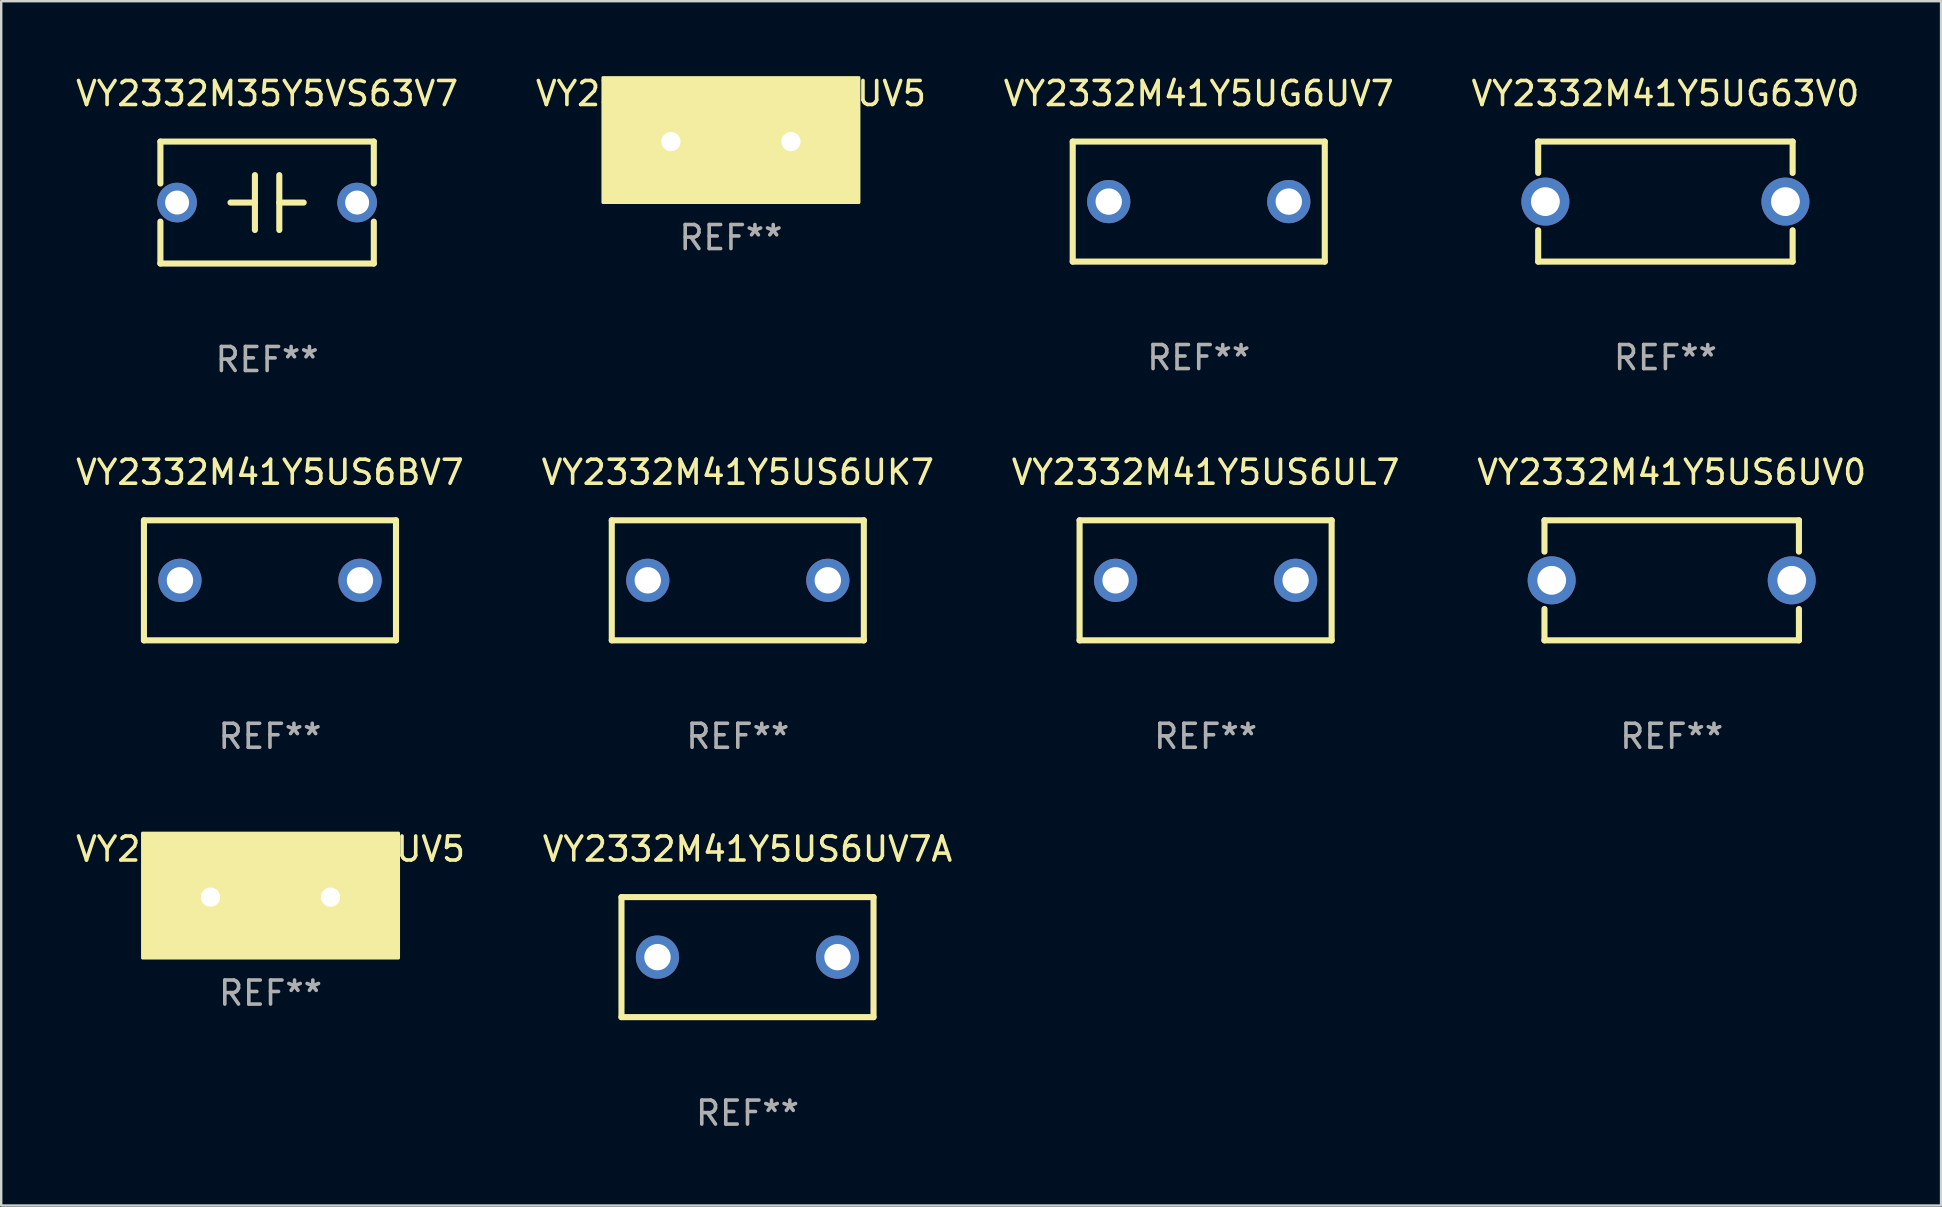
<source format=kicad_pcb>
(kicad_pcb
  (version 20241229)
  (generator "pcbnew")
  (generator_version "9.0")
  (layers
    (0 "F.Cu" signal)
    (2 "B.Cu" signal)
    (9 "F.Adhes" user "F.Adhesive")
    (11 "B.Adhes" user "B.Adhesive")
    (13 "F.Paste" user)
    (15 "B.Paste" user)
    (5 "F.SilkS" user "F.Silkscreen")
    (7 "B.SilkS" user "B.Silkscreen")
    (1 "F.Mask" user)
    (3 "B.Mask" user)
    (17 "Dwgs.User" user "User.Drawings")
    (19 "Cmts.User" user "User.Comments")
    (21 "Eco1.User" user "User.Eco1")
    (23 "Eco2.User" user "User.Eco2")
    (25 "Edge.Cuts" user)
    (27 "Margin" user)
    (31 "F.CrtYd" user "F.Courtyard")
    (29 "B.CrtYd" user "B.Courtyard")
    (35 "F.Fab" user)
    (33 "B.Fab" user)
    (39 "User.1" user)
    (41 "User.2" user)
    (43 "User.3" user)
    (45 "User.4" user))
  (footprint "VY2332M41Y5UG6UV5"
    (layer "F.Cu")
    (at 27.399 2.848)
    (property "Reference" "VY2332M41Y5UG6UV5" (at 0 -2 0) (layer "F.SilkS") (effects (font (size 1 1) (thickness 0.15))))
    (attr through_hole)
    (fp_circle (center -5.25 2.5) (end -5.22 2.5) (stroke (width 0.06) (type solid)) (fill no) (layer "F.SilkS"))
    (fp_poly (pts (xy -5.334 -2.667) (xy 5.334 -2.667) (xy 5.334 2.54) (xy -5.334 2.54)) (stroke (width 0.12) (type solid)) (fill yes) (layer "F.SilkS"))
    (fp_text user "REF**" (at 0 4 0) (layer "F.Fab") (effects (font (size 1 1) (thickness 0.15))))
    (pad "1" thru_hole circle (at -2.5 0) (size 1.6 1.6) (drill 0.8) (layers "*.Cu" "*.Mask"))
    (pad "2" thru_hole circle (at 2.5 0) (size 1.6 1.6) (drill 0.8) (layers "*.Cu" "*.Mask")))
  (footprint "VY2332M41Y5US6UK7"
    (layer "F.Cu")
    (at 27.685 21.125)
    (property "Reference" "VY2332M41Y5US6UK7" (at 0 -4.5 0) (layer "F.SilkS") (effects (font (size 1 1) (thickness 0.15))))
    (attr through_hole)
    (fp_line (start -5.25 -2.5) (end 5.25 -2.5) (stroke (width 0.254) (type solid)) (layer "F.SilkS"))
    (fp_line (start -5.25 2.5) (end -5.25 -2.5) (stroke (width 0.254) (type solid)) (layer "F.SilkS"))
    (fp_line (start 5.25 -2.5) (end 5.25 2.5) (stroke (width 0.254) (type solid)) (layer "F.SilkS"))
    (fp_line (start 5.25 2.5) (end -5.25 2.5) (stroke (width 0.254) (type solid)) (layer "F.SilkS"))
    (fp_circle (center -5.25 2.5) (end -5.22 2.5) (stroke (width 0.06) (type solid)) (fill no) (layer "F.SilkS"))
    (fp_text user "REF**" (at 0 6.5 0) (layer "F.Fab") (effects (font (size 1 1) (thickness 0.15))))
    (pad "1" thru_hole circle (at -3.75 0) (size 1.8 1.8) (drill 1.1) (layers "*.Cu" "*.Mask"))
    (pad "2" thru_hole circle (at 3.75 0) (size 1.8 1.8) (drill 1.1) (layers "*.Cu" "*.Mask")))
  (footprint "VY2332M41Y5UG6UV7"
    (layer "F.Cu")
    (at 46.887 5.348)
    (property "Reference" "VY2332M41Y5UG6UV7" (at 0 -4.5 0) (layer "F.SilkS") (effects (font (size 1 1) (thickness 0.15))))
    (attr through_hole)
    (fp_line (start -5.25 -2.5) (end 5.25 -2.5) (stroke (width 0.254) (type solid)) (layer "F.SilkS"))
    (fp_line (start -5.25 2.5) (end -5.25 -2.5) (stroke (width 0.254) (type solid)) (layer "F.SilkS"))
    (fp_line (start 5.25 -2.5) (end 5.25 2.5) (stroke (width 0.254) (type solid)) (layer "F.SilkS"))
    (fp_line (start 5.25 2.5) (end -5.25 2.5) (stroke (width 0.254) (type solid)) (layer "F.SilkS"))
    (fp_circle (center -5.25 2.5) (end -5.22 2.5) (stroke (width 0.06) (type solid)) (fill no) (layer "F.SilkS"))
    (fp_text user "REF**" (at 0 6.5 0) (layer "F.Fab") (effects (font (size 1 1) (thickness 0.15))))
    (pad "1" thru_hole circle (at -3.75 0) (size 1.8 1.8) (drill 1.1) (layers "*.Cu" "*.Mask"))
    (pad "2" thru_hole circle (at 3.75 0) (size 1.8 1.8) (drill 1.1) (layers "*.Cu" "*.Mask")))
  (footprint "VY2332M41Y5US6UV5"
    (layer "F.Cu")
    (at 8.22 34.321)
    (property "Reference" "VY2332M41Y5US6UV5" (at 0 -2 0) (layer "F.SilkS") (effects (font (size 1 1) (thickness 0.15))))
    (attr through_hole)
    (fp_circle (center -5.25 2.5) (end -5.22 2.5) (stroke (width 0.06) (type solid)) (fill no) (layer "F.SilkS"))
    (fp_poly (pts (xy -5.334 -2.667) (xy 5.334 -2.667) (xy 5.334 2.54) (xy -5.334 2.54)) (stroke (width 0.12) (type solid)) (fill yes) (layer "F.SilkS"))
    (fp_text user "REF**" (at 0 4 0) (layer "F.Fab") (effects (font (size 1 1) (thickness 0.15))))
    (pad "1" thru_hole circle (at -2.5 0) (size 1.6 1.6) (drill 0.8) (layers "*.Cu" "*.Mask"))
    (pad "2" thru_hole circle (at 2.5 0) (size 1.6 1.6) (drill 0.8) (layers "*.Cu" "*.Mask")))
  (footprint "VY2332M41Y5US6UV7A"
    (layer "F.Cu")
    (at 28.089 36.821)
    (property "Reference" "VY2332M41Y5US6UV7A" (at 0 -4.5 0) (layer "F.SilkS") (effects (font (size 1 1) (thickness 0.15))))
    (attr through_hole)
    (fp_line (start -5.25 -2.5) (end 5.25 -2.5) (stroke (width 0.254) (type solid)) (layer "F.SilkS"))
    (fp_line (start -5.25 2.5) (end -5.25 -2.5) (stroke (width 0.254) (type solid)) (layer "F.SilkS"))
    (fp_line (start 5.25 -2.5) (end 5.25 2.5) (stroke (width 0.254) (type solid)) (layer "F.SilkS"))
    (fp_line (start 5.25 2.5) (end -5.25 2.5) (stroke (width 0.254) (type solid)) (layer "F.SilkS"))
    (fp_circle (center -5.25 2.5) (end -5.22 2.5) (stroke (width 0.06) (type solid)) (fill no) (layer "F.SilkS"))
    (fp_text user "REF**" (at 0 6.5 0) (layer "F.Fab") (effects (font (size 1 1) (thickness 0.15))))
    (pad "1" thru_hole circle (at -3.75 0) (size 1.8 1.8) (drill 1.1) (layers "*.Cu" "*.Mask"))
    (pad "2" thru_hole circle (at 3.75 0) (size 1.8 1.8) (drill 1.1) (layers "*.Cu" "*.Mask")))
  (footprint "VY2332M41Y5US6UL7"
    (layer "F.Cu")
    (at 47.173 21.125)
    (property "Reference" "VY2332M41Y5US6UL7" (at 0 -4.5 0) (layer "F.SilkS") (effects (font (size 1 1) (thickness 0.15))))
    (attr through_hole)
    (fp_line (start -5.25 -2.5) (end 5.25 -2.5) (stroke (width 0.254) (type solid)) (layer "F.SilkS"))
    (fp_line (start -5.25 2.5) (end -5.25 -2.5) (stroke (width 0.254) (type solid)) (layer "F.SilkS"))
    (fp_line (start 5.25 -2.5) (end 5.25 2.5) (stroke (width 0.254) (type solid)) (layer "F.SilkS"))
    (fp_line (start 5.25 2.5) (end -5.25 2.5) (stroke (width 0.254) (type solid)) (layer "F.SilkS"))
    (fp_circle (center -5.25 2.5) (end -5.22 2.5) (stroke (width 0.06) (type solid)) (fill no) (layer "F.SilkS"))
    (fp_text user "REF**" (at 0 6.5 0) (layer "F.Fab") (effects (font (size 1 1) (thickness 0.15))))
    (pad "1" thru_hole circle (at -3.75 0) (size 1.8 1.8) (drill 1.1) (layers "*.Cu" "*.Mask"))
    (pad "2" thru_hole circle (at 3.75 0) (size 1.8 1.8) (drill 1.1) (layers "*.Cu" "*.Mask")))
  (footprint "VY2332M35Y5VS63V7"
    (layer "F.Cu")
    (at 8.077 5.388)
    (property "Reference" "VY2332M35Y5VS63V7" (at 0 -4.54 0) (layer "F.SilkS") (effects (font (size 1 1) (thickness 0.15))))
    (attr through_hole)
    (fp_line (start -4.445 -2.54) (end -4.445 -0.794) (stroke (width 0.254) (type solid)) (layer "F.SilkS"))
    (fp_line (start -4.445 0.794) (end -4.445 2.54) (stroke (width 0.254) (type solid)) (layer "F.SilkS"))
    (fp_line (start -4.445 2.54) (end 4.445 2.54) (stroke (width 0.254) (type solid)) (layer "F.SilkS"))
    (fp_line (start -0.508 0.000025) (end -1.524 0.000025) (stroke (width 0.254) (type solid)) (layer "F.SilkS"))
    (fp_line (start -0.508 1.143) (end -0.508 -1.143) (stroke (width 0.254) (type solid)) (layer "F.SilkS"))
    (fp_line (start 0.508 -1.143) (end 0.508 1.143) (stroke (width 0.254) (type solid)) (layer "F.SilkS"))
    (fp_line (start 0.508 -0.000025) (end 1.524 -0.000025) (stroke (width 0.254) (type solid)) (layer "F.SilkS"))
    (fp_line (start 4.445 -2.54) (end -4.445 -2.54) (stroke (width 0.254) (type solid)) (layer "F.SilkS"))
    (fp_line (start 4.445 -0.794) (end 4.445 -2.54) (stroke (width 0.254) (type solid)) (layer "F.SilkS"))
    (fp_line (start 4.445 2.54) (end 4.445 0.794) (stroke (width 0.254) (type solid)) (layer "F.SilkS"))
    (fp_circle (center -4.5 2.5) (end -4.47 2.5) (stroke (width 0.06) (type solid)) (fill no) (layer "F.SilkS"))
    (fp_text user "REF**" (at 0 6.54 0) (layer "F.Fab") (effects (font (size 1 1) (thickness 0.15))))
    (pad "1" thru_hole circle (at -3.75 0) (size 1.65 1.65) (drill 1) (layers "*.Cu" "*.Mask"))
    (pad "2" thru_hole circle (at 3.75 0) (size 1.65 1.65) (drill 1) (layers "*.Cu" "*.Mask")))
  (footprint "VY2332M41Y5US6UV0"
    (layer "F.Cu")
    (at 66.589 21.125)
    (property "Reference" "VY2332M41Y5US6UV0" (at 0 -4.5 0) (layer "F.SilkS") (effects (font (size 1 1) (thickness 0.15))))
    (attr through_hole)
    (fp_line (start -5.3 -2.5) (end -5.3 -1.194) (stroke (width 0.254) (type solid)) (layer "F.SilkS"))
    (fp_line (start -5.3 -2.5) (end 5.3 -2.5) (stroke (width 0.254) (type solid)) (layer "F.SilkS"))
    (fp_line (start -5.3 1.194) (end -5.3 2.5) (stroke (width 0.254) (type solid)) (layer "F.SilkS"))
    (fp_line (start -5.3 2.5) (end 5.3 2.5) (stroke (width 0.254) (type solid)) (layer "F.SilkS"))
    (fp_line (start 5.3 -2.5) (end 5.3 -1.194) (stroke (width 0.254) (type solid)) (layer "F.SilkS"))
    (fp_line (start 5.3 1.194) (end 5.3 2.5) (stroke (width 0.254) (type solid)) (layer "F.SilkS"))
    (fp_circle (center -5.3 2.5) (end -5.27 2.5) (stroke (width 0.06) (type solid)) (fill no) (layer "F.SilkS"))
    (fp_text user "REF**" (at 0 6.5 0) (layer "F.Fab") (effects (font (size 1 1) (thickness 0.15))))
    (pad "1" thru_hole circle (at -5 0) (size 2 2) (drill 1.2) (layers "*.Cu" "*.Mask"))
    (pad "2" thru_hole circle (at 5 0) (size 2 2) (drill 1.2) (layers "*.Cu" "*.Mask")))
  (footprint "VY2332M41Y5UG63V0"
    (layer "F.Cu")
    (at 66.327 5.348)
    (property "Reference" "VY2332M41Y5UG63V0" (at 0 -4.5 0) (layer "F.SilkS") (effects (font (size 1 1) (thickness 0.15))))
    (attr through_hole)
    (fp_line (start -5.3 -2.5) (end -5.3 -1.194) (stroke (width 0.254) (type solid)) (layer "F.SilkS"))
    (fp_line (start -5.3 -2.5) (end 5.3 -2.5) (stroke (width 0.254) (type solid)) (layer "F.SilkS"))
    (fp_line (start -5.3 1.194) (end -5.3 2.5) (stroke (width 0.254) (type solid)) (layer "F.SilkS"))
    (fp_line (start -5.3 2.5) (end 5.3 2.5) (stroke (width 0.254) (type solid)) (layer "F.SilkS"))
    (fp_line (start 5.3 -2.5) (end 5.3 -1.194) (stroke (width 0.254) (type solid)) (layer "F.SilkS"))
    (fp_line (start 5.3 1.194) (end 5.3 2.5) (stroke (width 0.254) (type solid)) (layer "F.SilkS"))
    (fp_circle (center -5.3 2.5) (end -5.27 2.5) (stroke (width 0.06) (type solid)) (fill no) (layer "F.SilkS"))
    (fp_text user "REF**" (at 0 6.5 0) (layer "F.Fab") (effects (font (size 1 1) (thickness 0.15))))
    (pad "1" thru_hole circle (at -5 0) (size 2 2) (drill 1.2) (layers "*.Cu" "*.Mask"))
    (pad "2" thru_hole circle (at 5 0) (size 2 2) (drill 1.2) (layers "*.Cu" "*.Mask")))
  (footprint "VY2332M41Y5US6BV7"
    (layer "F.Cu")
    (at 8.196 21.125)
    (property "Reference" "VY2332M41Y5US6BV7" (at 0 -4.5 0) (layer "F.SilkS") (effects (font (size 1 1) (thickness 0.15))))
    (attr through_hole)
    (fp_line (start -5.25 -2.5) (end 5.25 -2.5) (stroke (width 0.254) (type solid)) (layer "F.SilkS"))
    (fp_line (start -5.25 2.5) (end -5.25 -2.5) (stroke (width 0.254) (type solid)) (layer "F.SilkS"))
    (fp_line (start 5.25 -2.5) (end 5.25 2.5) (stroke (width 0.254) (type solid)) (layer "F.SilkS"))
    (fp_line (start 5.25 2.5) (end -5.25 2.5) (stroke (width 0.254) (type solid)) (layer "F.SilkS"))
    (fp_circle (center -5.25 2.5) (end -5.22 2.5) (stroke (width 0.06) (type solid)) (fill no) (layer "F.SilkS"))
    (fp_text user "REF**" (at 0 6.5 0) (layer "F.Fab") (effects (font (size 1 1) (thickness 0.15))))
    (pad "1" thru_hole circle (at -3.75 0) (size 1.8 1.8) (drill 1.1) (layers "*.Cu" "*.Mask"))
    (pad "2" thru_hole circle (at 3.75 0) (size 1.8 1.8) (drill 1.1) (layers "*.Cu" "*.Mask")))
  (gr_rect
    (start -3 -3)
    (end 77.81 47.17)
    (stroke (width 0.1) (type default))
    (fill no)
    (layer "Edge.Cuts")))
</source>
